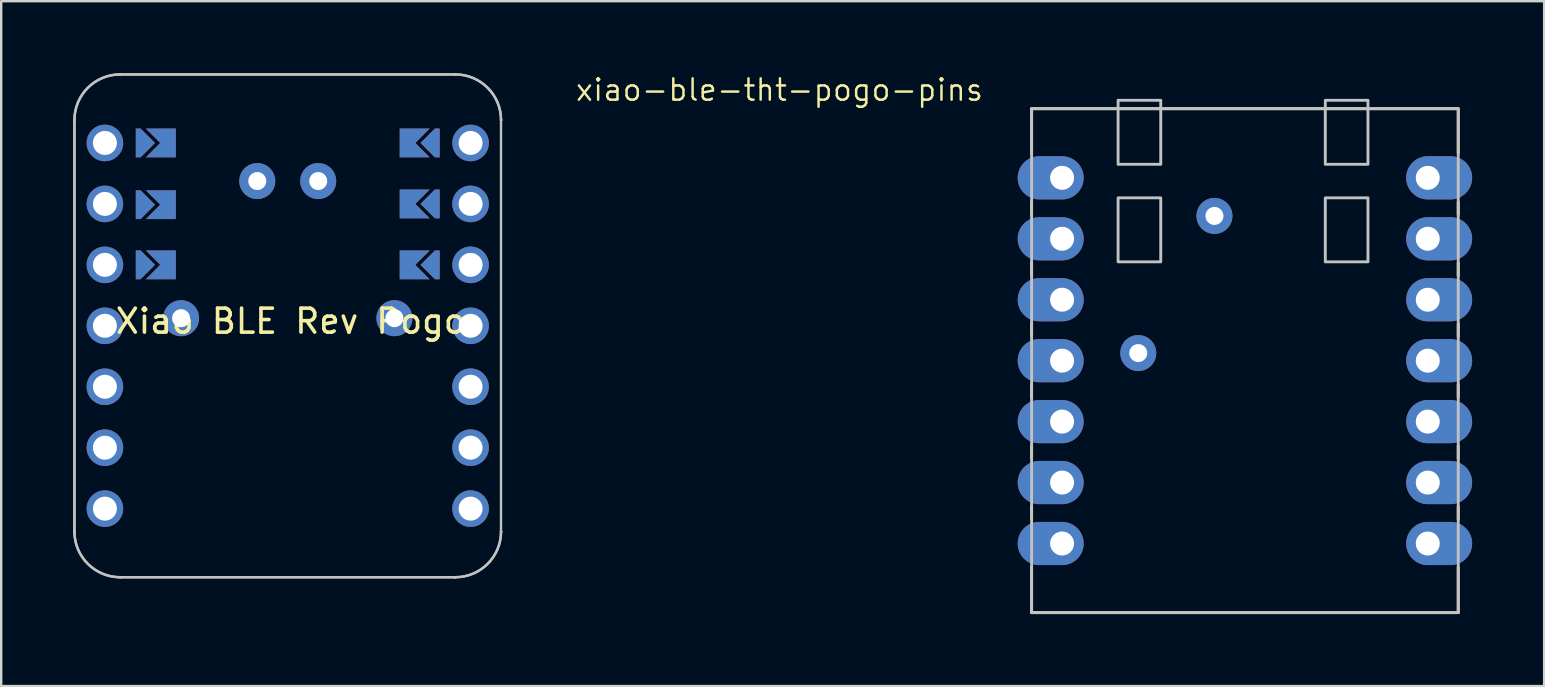
<source format=kicad_pcb>
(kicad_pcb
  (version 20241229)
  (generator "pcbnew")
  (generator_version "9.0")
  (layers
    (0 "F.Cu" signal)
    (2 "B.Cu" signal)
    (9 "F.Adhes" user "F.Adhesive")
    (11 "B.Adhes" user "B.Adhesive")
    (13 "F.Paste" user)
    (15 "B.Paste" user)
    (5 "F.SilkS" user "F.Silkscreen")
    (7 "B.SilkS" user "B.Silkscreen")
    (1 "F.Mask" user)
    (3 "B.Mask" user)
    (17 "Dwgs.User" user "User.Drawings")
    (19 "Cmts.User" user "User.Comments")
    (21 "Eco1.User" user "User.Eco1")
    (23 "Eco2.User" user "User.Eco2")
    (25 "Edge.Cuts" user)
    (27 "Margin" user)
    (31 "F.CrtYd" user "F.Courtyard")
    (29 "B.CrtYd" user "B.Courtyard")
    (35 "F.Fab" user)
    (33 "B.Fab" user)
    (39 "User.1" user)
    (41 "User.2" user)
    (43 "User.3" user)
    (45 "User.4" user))
  (footprint "Xiao BLE Rev Pogo"
    (layer "F.Cu")
    (at 9.065 10.836)
    (property "Reference" "Xiao BLE Rev Pogo" (at 0 -0.5 0) (unlocked yes) (layer "F.SilkS") (effects (font (size 1 1) (thickness 0.15))))
    (attr through_hole)
    (fp_line (start -9.015 8.265) (end -9.015 -8.88) (stroke (width 0.1) (type solid)) (layer "Dwgs.User"))
    (fp_line (start -9.012 -8.88) (end -9.012 8.265) (stroke (width 0.1) (type solid)) (layer "Dwgs.User"))
    (fp_line (start -7.108 -10.786) (end 6.862 -10.786) (stroke (width 0.1) (type solid)) (layer "Dwgs.User"))
    (fp_line (start -7.108 10.169) (end 6.862 10.169) (stroke (width 0.1) (type solid)) (layer "Dwgs.User"))
    (fp_line (start 6.862 -10.783) (end -7.108 -10.783) (stroke (width 0.1) (type solid)) (layer "Dwgs.User"))
    (fp_line (start 6.862 10.172) (end -7.108 10.172) (stroke (width 0.1) (type solid)) (layer "Dwgs.User"))
    (fp_line (start 8.765 8.265) (end 8.765 -8.88) (stroke (width 0.1) (type solid)) (layer "Dwgs.User"))
    (fp_arc (start -9.01455 -8.8797) (mid -9.01325 -8.881) (end -9.01195 -8.8797) (stroke (width 0.1) (type solid)) (layer "Dwgs.User"))
    (fp_arc (start -9.01455 -8.8797) (mid -8.456196 -10.227646) (end -7.10825 -10.786) (stroke (width 0.1) (type solid)) (layer "Dwgs.User"))
    (fp_arc (start -9.01455 8.2653) (mid -9.01325 8.264) (end -9.01195 8.2653) (stroke (width 0.1) (type solid)) (layer "Dwgs.User"))
    (fp_arc (start -9.01195 -8.8797) (mid -9.01325 -8.8784) (end -9.01455 -8.8797) (stroke (width 0.1) (type solid)) (layer "Dwgs.User"))
    (fp_arc (start -9.01195 -8.8797) (mid -8.454357 -10.225807) (end -7.10825 -10.7834) (stroke (width 0.1) (type solid)) (layer "Dwgs.User"))
    (fp_arc (start -9.01195 8.2653) (mid -9.01325 8.2666) (end -9.01455 8.2653) (stroke (width 0.1) (type solid)) (layer "Dwgs.User"))
    (fp_arc (start -7.10825 -10.786) (mid -7.10695 -10.7847) (end -7.10825 -10.7834) (stroke (width 0.1) (type solid)) (layer "Dwgs.User"))
    (fp_arc (start -7.10825 -10.7834) (mid -7.10955 -10.7847) (end -7.10825 -10.786) (stroke (width 0.1) (type solid)) (layer "Dwgs.User"))
    (fp_arc (start -7.10825 10.169) (mid -8.454356 9.611406) (end -9.01195 8.2653) (stroke (width 0.1) (type solid)) (layer "Dwgs.User"))
    (fp_arc (start -7.10825 10.169) (mid -7.10695 10.1703) (end -7.10825 10.1716) (stroke (width 0.1) (type solid)) (layer "Dwgs.User"))
    (fp_arc (start -7.10825 10.1716) (mid -8.456195 9.613245) (end -9.01455 8.2653) (stroke (width 0.1) (type solid)) (layer "Dwgs.User"))
    (fp_arc (start -7.10825 10.1716) (mid -7.10955 10.1703) (end -7.10825 10.169) (stroke (width 0.1) (type solid)) (layer "Dwgs.User"))
    (fp_arc (start 6.86175 -10.786) (mid 6.86305 -10.7847) (end 6.86175 -10.7834) (stroke (width 0.1) (type solid)) (layer "Dwgs.User"))
    (fp_arc (start 6.86175 -10.786) (mid 8.209696 -10.227646) (end 8.76805 -8.8797) (stroke (width 0.1) (type solid)) (layer "Dwgs.User"))
    (fp_arc (start 6.86175 -10.7834) (mid 6.86045 -10.7847) (end 6.86175 -10.786) (stroke (width 0.1) (type solid)) (layer "Dwgs.User"))
    (fp_arc (start 6.86175 -10.7834) (mid 8.207857 -10.225807) (end 8.76545 -8.8797) (stroke (width 0.1) (type solid)) (layer "Dwgs.User"))
    (fp_arc (start 6.86175 10.169) (mid 6.86305 10.1703) (end 6.86175 10.1716) (stroke (width 0.1) (type solid)) (layer "Dwgs.User"))
    (fp_arc (start 6.86175 10.1716) (mid 6.86045 10.1703) (end 6.86175 10.169) (stroke (width 0.1) (type solid)) (layer "Dwgs.User"))
    (fp_arc (start 8.76545 -8.8797) (mid 8.76675 -8.881) (end 8.76805 -8.8797) (stroke (width 0.1) (type solid)) (layer "Dwgs.User"))
    (fp_arc (start 8.76545 8.2653) (mid 8.207856 9.611406) (end 6.86175 10.169) (stroke (width 0.1) (type solid)) (layer "Dwgs.User"))
    (fp_arc (start 8.76545 8.2653) (mid 8.76675 8.264) (end 8.76805 8.2653) (stroke (width 0.1) (type solid)) (layer "Dwgs.User"))
    (fp_arc (start 8.76805 -8.8797) (mid 8.76675 -8.8784) (end 8.76545 -8.8797) (stroke (width 0.1) (type solid)) (layer "Dwgs.User"))
    (fp_arc (start 8.76805 8.2653) (mid 8.209695 9.613245) (end 6.86175 10.1716) (stroke (width 0.1) (type solid)) (layer "Dwgs.User"))
    (fp_arc (start 8.76805 8.2653) (mid 8.76675 8.2666) (end 8.76545 8.2653) (stroke (width 0.1) (type solid)) (layer "Dwgs.User"))
    (fp_circle (center -1.393 -8.88) (end -1.393 -8.89) (stroke (width 0.0001) (type solid)) (fill no) (layer "Dwgs.User"))
    (fp_circle (center -1.393 -6.34) (end -1.393 -6.35) (stroke (width 0.0001) (type solid)) (fill no) (layer "Dwgs.User"))
    (fp_circle (center 1.147 -8.88) (end 1.147 -8.89) (stroke (width 0.0001) (type solid)) (fill no) (layer "Dwgs.User"))
    (fp_circle (center 1.147 -6.34) (end 1.147 -6.35) (stroke (width 0.0001) (type solid)) (fill no) (layer "Dwgs.User"))
    (fp_circle (center 4.322 -2.53) (end 4.322 -2.54) (stroke (width 0.0001) (type solid)) (fill no) (layer "Dwgs.User"))
    (fp_circle (center 4.322 -0.625) (end 4.322 -0.635) (stroke (width 0.0001) (type solid)) (fill no) (layer "Dwgs.User"))
    (pad "" thru_hole circle (at -7.743 -7.928 270) (size 1.524 1.524) (drill 1) (layers "*.Cu" "*.Mask"))
    (pad "" thru_hole circle (at -7.743 -5.388 270) (size 1.524 1.524) (drill 1) (layers "*.Cu" "*.Mask"))
    (pad "" thru_hole circle (at -7.743 -2.848 270) (size 1.524 1.524) (drill 1) (layers "*.Cu" "*.Mask"))
    (pad "" smd custom (at -6.055 -7.928 90) (size 0.1 0.1) (layers "F.Cu" "F.Mask") (options (anchor rect)) (primitives (gr_poly (pts (xy 0.6 -0.4) (xy -0.6 -0.4) (xy -0.6 -0.2) (xy 0 0.4) (xy 0.6 -0.2)) (width 0) (fill yes))))
    (pad "" smd custom (at -6.055 -7.928 90) (size 0.1 0.1) (layers "B.Cu" "B.Mask") (options (anchor rect)) (primitives (gr_poly (pts (xy 0.6 -0.4) (xy -0.6 -0.4) (xy -0.6 -0.2) (xy 0 0.4) (xy 0.6 -0.2)) (width 0) (fill yes))))
    (pad "" smd custom (at -6.055 -5.355 90) (size 0.1 0.1) (layers "F.Cu" "F.Mask") (options (anchor rect)) (primitives (gr_poly (pts (xy 0.6 -0.4) (xy -0.6 -0.4) (xy -0.6 -0.2) (xy 0 0.4) (xy 0.6 -0.2)) (width 0) (fill yes))))
    (pad "" smd custom (at -6.055 -5.355 90) (size 0.1 0.1) (layers "B.Cu" "B.Mask") (options (anchor rect)) (primitives (gr_poly (pts (xy 0.6 -0.4) (xy -0.6 -0.4) (xy -0.6 -0.2) (xy 0 0.4) (xy 0.6 -0.2)) (width 0) (fill yes))))
    (pad "" smd custom (at -6.055 -2.848 90) (size 0.1 0.1) (layers "F.Cu" "F.Mask") (options (anchor rect)) (primitives (gr_poly (pts (xy 0.6 -0.4) (xy -0.6 -0.4) (xy -0.6 -0.2) (xy 0 0.4) (xy 0.6 -0.2)) (width 0) (fill yes))))
    (pad "" smd custom (at -6.055 -2.848 90) (size 0.1 0.1) (layers "B.Cu" "B.Mask") (options (anchor rect)) (primitives (gr_poly (pts (xy 0.6 -0.4) (xy -0.6 -0.4) (xy -0.6 -0.2) (xy 0 0.4) (xy 0.6 -0.2)) (width 0) (fill yes))))
    (pad "" smd custom (at 5.809 -7.928 270) (size 0.1 0.1) (layers "F.Cu" "F.Mask") (options (anchor rect)) (primitives (gr_poly (pts (xy -0.6 -0.4) (xy 0.6 -0.4) (xy 0.6 -0.2) (xy 0 0.4) (xy -0.6 -0.2)) (width 0) (fill yes))))
    (pad "" smd custom (at 5.809 -7.928 270) (size 0.1 0.1) (layers "B.Cu" "B.Mask") (options (anchor rect)) (primitives (gr_poly (pts (xy -0.6 -0.4) (xy 0.6 -0.4) (xy 0.6 -0.2) (xy 0 0.4) (xy -0.6 -0.2)) (width 0) (fill yes))))
    (pad "" smd custom (at 5.809 -5.388 270) (size 0.1 0.1) (layers "F.Cu" "F.Mask") (options (anchor rect)) (primitives (gr_poly (pts (xy -0.6 -0.4) (xy 0.6 -0.4) (xy 0.6 -0.2) (xy 0 0.4) (xy -0.6 -0.2)) (width 0) (fill yes))))
    (pad "" smd custom (at 5.809 -5.388 270) (size 0.1 0.1) (layers "B.Cu" "B.Mask") (options (anchor rect)) (primitives (gr_poly (pts (xy -0.6 -0.4) (xy 0.6 -0.4) (xy 0.6 -0.2) (xy 0 0.4) (xy -0.6 -0.2)) (width 0) (fill yes))))
    (pad "" smd custom (at 5.809 -2.848 270) (size 0.1 0.1) (layers "F.Cu" "F.Mask") (options (anchor rect)) (primitives (gr_poly (pts (xy -0.6 -0.4) (xy 0.6 -0.4) (xy 0.6 -0.2) (xy 0 0.4) (xy -0.6 -0.2)) (width 0) (fill yes))))
    (pad "" smd custom (at 5.809 -2.848 270) (size 0.1 0.1) (layers "B.Cu" "B.Mask") (options (anchor rect)) (primitives (gr_poly (pts (xy -0.6 -0.4) (xy 0.6 -0.4) (xy 0.6 -0.2) (xy 0 0.4) (xy -0.6 -0.2)) (width 0) (fill yes))))
    (pad "" thru_hole circle (at 7.497 -7.928 270) (size 1.524 1.524) (drill 1) (layers "*.Cu" "*.Mask"))
    (pad "" thru_hole circle (at 7.497 -5.388 270) (size 1.524 1.524) (drill 1) (layers "*.Cu" "*.Mask"))
    (pad "" thru_hole circle (at 7.497 -2.848 270) (size 1.524 1.524) (drill 1) (layers "*.Cu" "*.Mask"))
    (pad "1" smd custom (at -5.039 -7.928 90) (size 1.2 0.5) (layers "F.Cu" "F.Mask") (options (anchor rect)) (primitives (gr_poly (pts (xy 0.6 0) (xy -0.6 0) (xy -0.6 -1) (xy 0 -0.4) (xy 0.6 -1)) (width 0) (fill yes))))
    (pad "1" smd custom (at 4.793 -7.928 270) (size 1.2 0.5) (layers "B.Cu" "B.Mask") (options (anchor rect)) (primitives (gr_poly (pts (xy -0.6 0) (xy 0.6 0) (xy 0.6 -1) (xy 0 -0.4) (xy -0.6 -1)) (width 0) (fill yes))))
    (pad "2" smd custom (at -5.039 -5.355 90) (size 1.2 0.5) (layers "F.Cu" "F.Mask") (options (anchor rect)) (primitives (gr_poly (pts (xy 0.6 0) (xy -0.6 0) (xy -0.6 -1) (xy 0 -0.4) (xy 0.6 -1)) (width 0) (fill yes))))
    (pad "2" smd custom (at 4.793 -5.388 270) (size 1.2 0.5) (layers "B.Cu" "B.Mask") (options (anchor rect)) (primitives (gr_poly (pts (xy -0.6 0) (xy 0.6 0) (xy 0.6 -1) (xy 0 -0.4) (xy -0.6 -1)) (width 0) (fill yes))))
    (pad "3" smd custom (at -5.039 -2.848 90) (size 1.2 0.5) (layers "F.Cu" "F.Mask") (options (anchor rect)) (primitives (gr_poly (pts (xy 0.6 0) (xy -0.6 0) (xy -0.6 -1) (xy 0 -0.4) (xy 0.6 -1)) (width 0) (fill yes))))
    (pad "3" smd custom (at 4.793 -2.848 270) (size 1.2 0.5) (layers "B.Cu" "B.Mask") (options (anchor rect)) (primitives (gr_poly (pts (xy -0.6 0) (xy 0.6 0) (xy 0.6 -1) (xy 0 -0.4) (xy -0.6 -1)) (width 0) (fill yes))))
    (pad "4" thru_hole circle (at -7.743 -0.308 270) (size 1.524 1.524) (drill 1) (layers "*.Cu" "*.Mask"))
    (pad "5" thru_hole circle (at -7.743 2.232 270) (size 1.524 1.524) (drill 1) (layers "*.Cu" "*.Mask"))
    (pad "6" thru_hole circle (at -7.743 4.772 270) (size 1.524 1.524) (drill 1) (layers "*.Cu" "*.Mask"))
    (pad "7" thru_hole circle (at -7.743 7.312 270) (size 1.524 1.524) (drill 1) (layers "*.Cu" "*.Mask"))
    (pad "8" thru_hole circle (at 7.497 7.312 270) (size 1.524 1.524) (drill 1) (layers "*.Cu" "*.Mask"))
    (pad "9" thru_hole circle (at 7.497 4.772 270) (size 1.524 1.524) (drill 1) (layers "*.Cu" "*.Mask"))
    (pad "10" thru_hole circle (at 7.497 2.232 270) (size 1.524 1.524) (drill 1) (layers "*.Cu" "*.Mask"))
    (pad "11" thru_hole circle (at 7.497 -0.308 270) (size 1.524 1.524) (drill 1) (layers "*.Cu" "*.Mask"))
    (pad "12" smd custom (at -5.039 -2.848 90) (size 1.2 0.5) (layers "B.Cu" "B.Mask") (options (anchor rect)) (primitives (gr_poly (pts (xy 0.6 0) (xy -0.6 0) (xy -0.6 -1) (xy 0 -0.4) (xy 0.6 -1)) (width 0) (fill yes))))
    (pad "12" smd custom (at 4.793 -2.848 270) (size 1.2 0.5) (layers "F.Cu" "F.Mask") (options (anchor rect)) (primitives (gr_poly (pts (xy -0.6 0) (xy 0.6 0) (xy 0.6 -1) (xy 0 -0.4) (xy -0.6 -1)) (width 0) (fill yes))))
    (pad "13" smd custom (at -5.039 -5.355 90) (size 1.2 0.5) (layers "B.Cu" "B.Mask") (options (anchor rect)) (primitives (gr_poly (pts (xy 0.6 0) (xy -0.6 0) (xy -0.6 -1) (xy 0 -0.4) (xy 0.6 -1)) (width 0) (fill yes))))
    (pad "13" smd custom (at 4.793 -5.388 270) (size 1.2 0.5) (layers "F.Cu" "F.Mask") (options (anchor rect)) (primitives (gr_poly (pts (xy -0.6 0) (xy 0.6 0) (xy 0.6 -1) (xy 0 -0.4) (xy -0.6 -1)) (width 0) (fill yes))))
    (pad "14" smd custom (at -5.039 -7.928 90) (size 1.2 0.5) (layers "B.Cu" "B.Mask") (options (anchor rect)) (primitives (gr_poly (pts (xy 0.6 0) (xy -0.6 0) (xy -0.6 -1) (xy 0 -0.4) (xy 0.6 -1)) (width 0) (fill yes))))
    (pad "14" smd custom (at 4.793 -7.928 270) (size 1.2 0.5) (layers "F.Cu" "F.Mask") (options (anchor rect)) (primitives (gr_poly (pts (xy -0.6 0) (xy 0.6 0) (xy 0.6 -1) (xy 0 -0.4) (xy -0.6 -1)) (width 0) (fill yes))))
    (pad "17" thru_hole circle (at -1.393 -6.34 270) (size 1.5 1.5) (drill 0.75) (layers "*.Cu" "*.Mask"))
    (pad "17" thru_hole circle (at 1.147 -6.34 270) (size 1.5 1.5) (drill 0.75) (layers "*.Cu" "*.Mask"))
    (pad "19" thru_hole circle (at -4.568 -0.625 270) (size 1.5 1.5) (drill 0.75) (layers "*.Cu" "*.Mask"))
    (pad "19" thru_hole circle (at 4.322 -0.625 270) (size 1.5 1.5) (drill 0.75) (layers "*.Cu" "*.Mask")))
  (footprint "xiao-ble-tht-pogo-pins"
    (layer "F.Cu")
    (at 48.833 11.981)
    (property "Reference" "xiao-ble-tht-pogo-pins" (at -19.399 -11.283 0) (layer "F.SilkS") (effects (font (size 0.889 0.889) (thickness 0.102))))
    (attr smd exclude_from_pos_files)
    (fp_line (start -8.89 -10.5) (end 8.89 -10.5) (stroke (width 0.12) (type solid)) (layer "F.SilkS"))
    (fp_line (start -8.89 -8.6) (end -8.89 -10.5) (stroke (width 0.12) (type solid)) (layer "F.SilkS"))
    (fp_line (start -8.89 -6.625) (end -8.89 -6.095) (stroke (width 0.12) (type solid)) (layer "F.SilkS"))
    (fp_line (start -8.89 -4.085) (end -8.89 -3.555) (stroke (width 0.12) (type solid)) (layer "F.SilkS"))
    (fp_line (start -8.89 -1.545) (end -8.89 -1.015) (stroke (width 0.12) (type solid)) (layer "F.SilkS"))
    (fp_line (start -8.89 0.995) (end -8.89 1.525) (stroke (width 0.12) (type solid)) (layer "F.SilkS"))
    (fp_line (start -8.89 3.535) (end -8.89 4.065) (stroke (width 0.12) (type solid)) (layer "F.SilkS"))
    (fp_line (start -8.89 6.075) (end -8.89 6.605) (stroke (width 0.12) (type solid)) (layer "F.SilkS"))
    (fp_line (start -8.89 10.5) (end -8.89 8.6) (stroke (width 0.12) (type solid)) (layer "F.SilkS"))
    (fp_line (start 8.89 -10.49) (end 8.89 -8.65) (stroke (width 0.12) (type solid)) (layer "F.SilkS"))
    (fp_line (start 8.89 -6.61) (end 8.89 -6.08) (stroke (width 0.12) (type solid)) (layer "F.SilkS"))
    (fp_line (start 8.89 -4.075) (end 8.89 -3.545) (stroke (width 0.12) (type solid)) (layer "F.SilkS"))
    (fp_line (start 8.89 -1.535) (end 8.89 -1.005) (stroke (width 0.12) (type solid)) (layer "F.SilkS"))
    (fp_line (start 8.89 0.995) (end 8.89 1.525) (stroke (width 0.12) (type solid)) (layer "F.SilkS"))
    (fp_line (start 8.89 3.545) (end 8.89 4.075) (stroke (width 0.12) (type solid)) (layer "F.SilkS"))
    (fp_line (start 8.89 6.085) (end 8.89 6.615) (stroke (width 0.12) (type solid)) (layer "F.SilkS"))
    (fp_line (start 8.89 8.61) (end 8.89 10.5) (stroke (width 0.12) (type solid)) (layer "F.SilkS"))
    (fp_line (start 8.89 10.5) (end -8.89 10.5) (stroke (width 0.12) (type solid)) (layer "F.SilkS"))
    (fp_rect (start -8.89 10.5) (end 8.89 -10.5) (stroke (width 0.12) (type solid)) (fill no) (layer "Dwgs.User"))
    (fp_rect (start -5.286 -6.786) (end -3.508 -4.119) (stroke (width 0.12) (type solid)) (fill no) (layer "Dwgs.User"))
    (fp_rect (start -3.508 -8.183) (end -5.286 -10.85) (stroke (width 0.12) (type solid)) (fill no) (layer "Dwgs.User"))
    (fp_rect (start 3.35 -10.85) (end 5.128 -8.183) (stroke (width 0.12) (type solid)) (fill no) (layer "Dwgs.User"))
    (fp_rect (start 3.35 -6.786) (end 5.128 -4.119) (stroke (width 0.12) (type solid)) (fill no) (layer "Dwgs.User"))
    (pad "1" thru_hole oval (at -7.62 -7.62) (size 2.75 1.8) (drill 1 (offset -0.475 0)) (layers "*.Cu" "*.Mask"))
    (pad "2" thru_hole oval (at -7.62 -5.08) (size 2.75 1.8) (drill 1 (offset -0.475 0)) (layers "*.Cu" "*.Mask"))
    (pad "3" thru_hole oval (at -7.62 -2.54) (size 2.75 1.8) (drill 1 (offset -0.475 0)) (layers "*.Cu" "*.Mask"))
    (pad "4" thru_hole oval (at -7.62 0) (size 2.75 1.8) (drill 1 (offset -0.475 0)) (layers "*.Cu" "*.Mask"))
    (pad "5" thru_hole oval (at -7.62 2.54) (size 2.75 1.8) (drill 1 (offset -0.475 0)) (layers "*.Cu" "*.Mask"))
    (pad "6" thru_hole oval (at -7.62 5.08) (size 2.75 1.8) (drill 1 (offset -0.475 0)) (layers "*.Cu" "*.Mask"))
    (pad "7" thru_hole oval (at -7.62 7.62) (size 2.75 1.8) (drill 1 (offset -0.475 0)) (layers "*.Cu" "*.Mask"))
    (pad "8" thru_hole oval (at 7.62 7.62 180) (size 2.75 1.8) (drill 1 (offset -0.475 0)) (layers "*.Cu" "*.Mask"))
    (pad "9" thru_hole oval (at 7.62 5.08 180) (size 2.75 1.8) (drill 1 (offset -0.475 0)) (layers "*.Cu" "*.Mask"))
    (pad "10" thru_hole oval (at 7.62 2.54 180) (size 2.75 1.8) (drill 1 (offset -0.475 0)) (layers "*.Cu" "*.Mask"))
    (pad "11" thru_hole oval (at 7.62 0 180) (size 2.75 1.8) (drill 1 (offset -0.475 0)) (layers "*.Cu" "*.Mask"))
    (pad "12" thru_hole oval (at 7.62 -2.54 180) (size 2.75 1.8) (drill 1 (offset -0.475 0)) (layers "*.Cu" "*.Mask"))
    (pad "13" thru_hole oval (at 7.62 -5.08 180) (size 2.75 1.8) (drill 1 (offset -0.475 0)) (layers "*.Cu" "*.Mask"))
    (pad "14" thru_hole oval (at 7.62 -7.62 180) (size 2.75 1.8) (drill 1 (offset -0.475 0)) (layers "*.Cu" "*.Mask"))
    (pad "17" thru_hole circle (at -1.27 -6.032 90) (size 1.5 1.5) (drill 0.75) (layers "*.Cu" "*.Mask"))
    (pad "19" thru_hole circle (at -4.445 -0.317 180) (size 1.5 1.5) (drill 0.75) (layers "*.Cu" "*.Mask")))
  (gr_rect
    (start -3 -3)
    (end 61.303 25.541)
    (stroke (width 0.1) (type default))
    (fill no)
    (layer "Edge.Cuts")))
</source>
